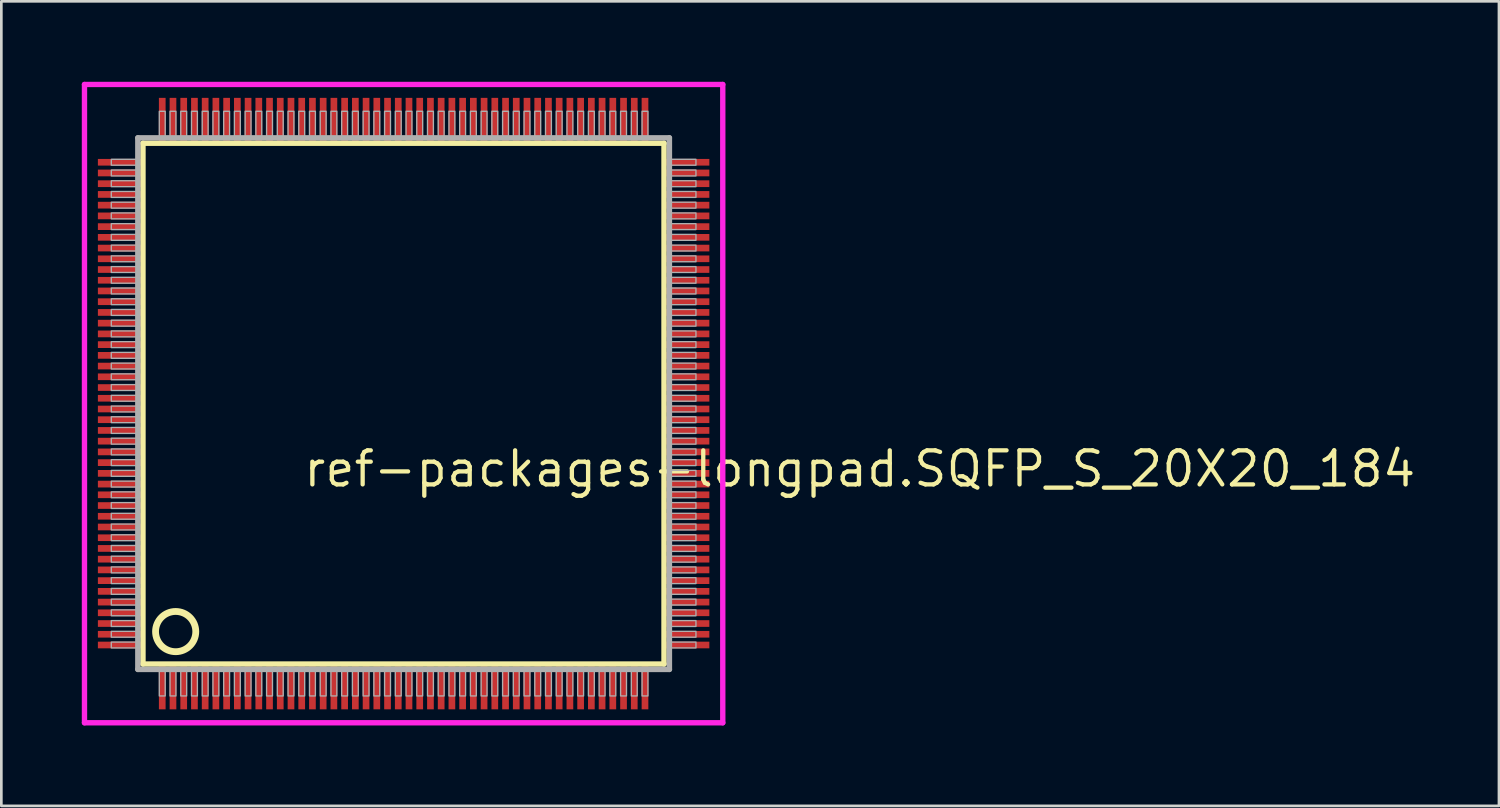
<source format=kicad_pcb>
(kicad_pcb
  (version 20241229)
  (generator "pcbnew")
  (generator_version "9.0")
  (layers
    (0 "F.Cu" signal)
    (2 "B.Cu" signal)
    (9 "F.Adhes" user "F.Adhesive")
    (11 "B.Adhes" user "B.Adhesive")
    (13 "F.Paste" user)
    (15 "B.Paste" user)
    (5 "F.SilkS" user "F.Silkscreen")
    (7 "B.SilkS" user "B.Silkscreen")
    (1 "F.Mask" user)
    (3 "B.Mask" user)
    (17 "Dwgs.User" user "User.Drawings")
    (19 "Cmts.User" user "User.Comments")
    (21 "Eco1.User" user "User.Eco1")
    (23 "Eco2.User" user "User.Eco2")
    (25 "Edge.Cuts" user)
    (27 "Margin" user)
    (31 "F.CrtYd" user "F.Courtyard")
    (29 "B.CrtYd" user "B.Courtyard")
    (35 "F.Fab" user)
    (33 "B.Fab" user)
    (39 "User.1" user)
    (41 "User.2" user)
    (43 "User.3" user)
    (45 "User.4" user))
  (footprint "ref-packages-longpad.SQFP_S_20X20_184"
    (layer "F.Cu")
    (at 12 12)
    (property "Reference" "ref-packages-longpad.SQFP_S_20X20_184" (at -3.81 3.175 0) (layer "F.SilkS") (effects (font (size 1.27 1.27) (thickness 0.16)) (justify left bottom)))
    (attr smd)
    (fp_line (start -9.72 -9.71) (end 9.71 -9.71) (stroke (width 0.203) (type default)) (layer "F.SilkS"))
    (fp_line (start -9.72 9.71) (end -9.72 -9.71) (stroke (width 0.203) (type default)) (layer "F.SilkS"))
    (fp_line (start 9.71 -9.71) (end 9.71 9.71) (stroke (width 0.203) (type default)) (layer "F.SilkS"))
    (fp_line (start 9.71 9.71) (end -9.72 9.71) (stroke (width 0.203) (type default)) (layer "F.SilkS"))
    (fp_circle (center -8.5 8.5) (end -7.75 8.5) (stroke (width 0.254) (type default)) (fill no) (layer "F.SilkS"))
    (fp_line (start -11.9 -11.9) (end 11.9 -11.9) (stroke (width 0.2) (type default)) (layer "F.CrtYd"))
    (fp_line (start -11.9 11.9) (end -11.9 -11.9) (stroke (width 0.2) (type default)) (layer "F.CrtYd"))
    (fp_line (start 11.9 -11.9) (end 11.9 11.9) (stroke (width 0.2) (type default)) (layer "F.CrtYd"))
    (fp_line (start 11.9 11.9) (end -11.9 11.9) (stroke (width 0.2) (type default)) (layer "F.CrtYd"))
    (fp_line (start -9.91 -9.91) (end -9.91 9.91) (stroke (width 0.203) (type default)) (layer "F.Fab"))
    (fp_line (start -9.91 9.91) (end 9.91 9.91) (stroke (width 0.203) (type default)) (layer "F.Fab"))
    (fp_line (start 9.91 -9.91) (end -9.91 -9.91) (stroke (width 0.203) (type default)) (layer "F.Fab"))
    (fp_line (start 9.91 9.91) (end 9.91 -9.91) (stroke (width 0.203) (type default)) (layer "F.Fab"))
    (fp_rect (start -10.9 -8.89) (end -9.95 -9.11) (stroke (width 0.05) (type default)) (fill no) (layer "F.Fab"))
    (fp_rect (start -10.9 -8.49) (end -9.95 -8.71) (stroke (width 0.05) (type default)) (fill no) (layer "F.Fab"))
    (fp_rect (start -10.9 -8.09) (end -9.95 -8.31) (stroke (width 0.05) (type default)) (fill no) (layer "F.Fab"))
    (fp_rect (start -10.9 -7.69) (end -9.95 -7.91) (stroke (width 0.05) (type default)) (fill no) (layer "F.Fab"))
    (fp_rect (start -10.9 -7.29) (end -9.95 -7.51) (stroke (width 0.05) (type default)) (fill no) (layer "F.Fab"))
    (fp_rect (start -10.9 -6.89) (end -9.95 -7.11) (stroke (width 0.05) (type default)) (fill no) (layer "F.Fab"))
    (fp_rect (start -10.9 -6.49) (end -9.95 -6.71) (stroke (width 0.05) (type default)) (fill no) (layer "F.Fab"))
    (fp_rect (start -10.9 -6.09) (end -9.95 -6.31) (stroke (width 0.05) (type default)) (fill no) (layer "F.Fab"))
    (fp_rect (start -10.9 -5.69) (end -9.95 -5.91) (stroke (width 0.05) (type default)) (fill no) (layer "F.Fab"))
    (fp_rect (start -10.9 -5.29) (end -9.95 -5.51) (stroke (width 0.05) (type default)) (fill no) (layer "F.Fab"))
    (fp_rect (start -10.9 -4.89) (end -9.95 -5.11) (stroke (width 0.05) (type default)) (fill no) (layer "F.Fab"))
    (fp_rect (start -10.9 -4.49) (end -9.95 -4.71) (stroke (width 0.05) (type default)) (fill no) (layer "F.Fab"))
    (fp_rect (start -10.9 -4.09) (end -9.95 -4.31) (stroke (width 0.05) (type default)) (fill no) (layer "F.Fab"))
    (fp_rect (start -10.9 -3.69) (end -9.95 -3.91) (stroke (width 0.05) (type default)) (fill no) (layer "F.Fab"))
    (fp_rect (start -10.9 -3.29) (end -9.95 -3.51) (stroke (width 0.05) (type default)) (fill no) (layer "F.Fab"))
    (fp_rect (start -10.9 -2.89) (end -9.95 -3.11) (stroke (width 0.05) (type default)) (fill no) (layer "F.Fab"))
    (fp_rect (start -10.9 -2.49) (end -9.95 -2.71) (stroke (width 0.05) (type default)) (fill no) (layer "F.Fab"))
    (fp_rect (start -10.9 -2.09) (end -9.95 -2.31) (stroke (width 0.05) (type default)) (fill no) (layer "F.Fab"))
    (fp_rect (start -10.9 -1.69) (end -9.95 -1.91) (stroke (width 0.05) (type default)) (fill no) (layer "F.Fab"))
    (fp_rect (start -10.9 -1.29) (end -9.95 -1.51) (stroke (width 0.05) (type default)) (fill no) (layer "F.Fab"))
    (fp_rect (start -10.9 -0.89) (end -9.95 -1.11) (stroke (width 0.05) (type default)) (fill no) (layer "F.Fab"))
    (fp_rect (start -10.9 -0.49) (end -9.95 -0.71) (stroke (width 0.05) (type default)) (fill no) (layer "F.Fab"))
    (fp_rect (start -10.9 -0.09) (end -9.95 -0.31) (stroke (width 0.05) (type default)) (fill no) (layer "F.Fab"))
    (fp_rect (start -10.9 0.31) (end -9.95 0.09) (stroke (width 0.05) (type default)) (fill no) (layer "F.Fab"))
    (fp_rect (start -10.9 0.71) (end -9.95 0.49) (stroke (width 0.05) (type default)) (fill no) (layer "F.Fab"))
    (fp_rect (start -10.9 1.11) (end -9.95 0.89) (stroke (width 0.05) (type default)) (fill no) (layer "F.Fab"))
    (fp_rect (start -10.9 1.51) (end -9.95 1.29) (stroke (width 0.05) (type default)) (fill no) (layer "F.Fab"))
    (fp_rect (start -10.9 1.91) (end -9.95 1.69) (stroke (width 0.05) (type default)) (fill no) (layer "F.Fab"))
    (fp_rect (start -10.9 2.31) (end -9.95 2.09) (stroke (width 0.05) (type default)) (fill no) (layer "F.Fab"))
    (fp_rect (start -10.9 2.71) (end -9.95 2.49) (stroke (width 0.05) (type default)) (fill no) (layer "F.Fab"))
    (fp_rect (start -10.9 3.11) (end -9.95 2.89) (stroke (width 0.05) (type default)) (fill no) (layer "F.Fab"))
    (fp_rect (start -10.9 3.51) (end -9.95 3.29) (stroke (width 0.05) (type default)) (fill no) (layer "F.Fab"))
    (fp_rect (start -10.9 3.91) (end -9.95 3.69) (stroke (width 0.05) (type default)) (fill no) (layer "F.Fab"))
    (fp_rect (start -10.9 4.31) (end -9.95 4.09) (stroke (width 0.05) (type default)) (fill no) (layer "F.Fab"))
    (fp_rect (start -10.9 4.71) (end -9.95 4.49) (stroke (width 0.05) (type default)) (fill no) (layer "F.Fab"))
    (fp_rect (start -10.9 5.11) (end -9.95 4.89) (stroke (width 0.05) (type default)) (fill no) (layer "F.Fab"))
    (fp_rect (start -10.9 5.51) (end -9.95 5.29) (stroke (width 0.05) (type default)) (fill no) (layer "F.Fab"))
    (fp_rect (start -10.9 5.91) (end -9.95 5.69) (stroke (width 0.05) (type default)) (fill no) (layer "F.Fab"))
    (fp_rect (start -10.9 6.31) (end -9.95 6.09) (stroke (width 0.05) (type default)) (fill no) (layer "F.Fab"))
    (fp_rect (start -10.9 6.71) (end -9.95 6.49) (stroke (width 0.05) (type default)) (fill no) (layer "F.Fab"))
    (fp_rect (start -10.9 7.11) (end -9.95 6.89) (stroke (width 0.05) (type default)) (fill no) (layer "F.Fab"))
    (fp_rect (start -10.9 7.51) (end -9.95 7.29) (stroke (width 0.05) (type default)) (fill no) (layer "F.Fab"))
    (fp_rect (start -10.9 7.91) (end -9.95 7.69) (stroke (width 0.05) (type default)) (fill no) (layer "F.Fab"))
    (fp_rect (start -10.9 8.31) (end -9.95 8.09) (stroke (width 0.05) (type default)) (fill no) (layer "F.Fab"))
    (fp_rect (start -10.9 8.71) (end -9.95 8.49) (stroke (width 0.05) (type default)) (fill no) (layer "F.Fab"))
    (fp_rect (start -10.9 9.11) (end -9.95 8.89) (stroke (width 0.05) (type default)) (fill no) (layer "F.Fab"))
    (fp_rect (start -9.11 -9.95) (end -8.89 -10.9) (stroke (width 0.05) (type default)) (fill no) (layer "F.Fab"))
    (fp_rect (start -9.11 10.9) (end -8.89 9.95) (stroke (width 0.05) (type default)) (fill no) (layer "F.Fab"))
    (fp_rect (start -8.71 -9.95) (end -8.49 -10.9) (stroke (width 0.05) (type default)) (fill no) (layer "F.Fab"))
    (fp_rect (start -8.71 10.9) (end -8.49 9.95) (stroke (width 0.05) (type default)) (fill no) (layer "F.Fab"))
    (fp_rect (start -8.31 -9.95) (end -8.09 -10.9) (stroke (width 0.05) (type default)) (fill no) (layer "F.Fab"))
    (fp_rect (start -8.31 10.9) (end -8.09 9.95) (stroke (width 0.05) (type default)) (fill no) (layer "F.Fab"))
    (fp_rect (start -7.91 -9.95) (end -7.69 -10.9) (stroke (width 0.05) (type default)) (fill no) (layer "F.Fab"))
    (fp_rect (start -7.91 10.9) (end -7.69 9.95) (stroke (width 0.05) (type default)) (fill no) (layer "F.Fab"))
    (fp_rect (start -7.51 -9.95) (end -7.29 -10.9) (stroke (width 0.05) (type default)) (fill no) (layer "F.Fab"))
    (fp_rect (start -7.51 10.9) (end -7.29 9.95) (stroke (width 0.05) (type default)) (fill no) (layer "F.Fab"))
    (fp_rect (start -7.11 -9.95) (end -6.89 -10.9) (stroke (width 0.05) (type default)) (fill no) (layer "F.Fab"))
    (fp_rect (start -7.11 10.9) (end -6.89 9.95) (stroke (width 0.05) (type default)) (fill no) (layer "F.Fab"))
    (fp_rect (start -6.71 -9.95) (end -6.49 -10.9) (stroke (width 0.05) (type default)) (fill no) (layer "F.Fab"))
    (fp_rect (start -6.71 10.9) (end -6.49 9.95) (stroke (width 0.05) (type default)) (fill no) (layer "F.Fab"))
    (fp_rect (start -6.31 -9.95) (end -6.09 -10.9) (stroke (width 0.05) (type default)) (fill no) (layer "F.Fab"))
    (fp_rect (start -6.31 10.9) (end -6.09 9.95) (stroke (width 0.05) (type default)) (fill no) (layer "F.Fab"))
    (fp_rect (start -5.91 -9.95) (end -5.69 -10.9) (stroke (width 0.05) (type default)) (fill no) (layer "F.Fab"))
    (fp_rect (start -5.91 10.9) (end -5.69 9.95) (stroke (width 0.05) (type default)) (fill no) (layer "F.Fab"))
    (fp_rect (start -5.51 -9.95) (end -5.29 -10.9) (stroke (width 0.05) (type default)) (fill no) (layer "F.Fab"))
    (fp_rect (start -5.51 10.9) (end -5.29 9.95) (stroke (width 0.05) (type default)) (fill no) (layer "F.Fab"))
    (fp_rect (start -5.11 -9.95) (end -4.89 -10.9) (stroke (width 0.05) (type default)) (fill no) (layer "F.Fab"))
    (fp_rect (start -5.11 10.9) (end -4.89 9.95) (stroke (width 0.05) (type default)) (fill no) (layer "F.Fab"))
    (fp_rect (start -4.71 -9.95) (end -4.49 -10.9) (stroke (width 0.05) (type default)) (fill no) (layer "F.Fab"))
    (fp_rect (start -4.71 10.9) (end -4.49 9.95) (stroke (width 0.05) (type default)) (fill no) (layer "F.Fab"))
    (fp_rect (start -4.31 -9.95) (end -4.09 -10.9) (stroke (width 0.05) (type default)) (fill no) (layer "F.Fab"))
    (fp_rect (start -4.31 10.9) (end -4.09 9.95) (stroke (width 0.05) (type default)) (fill no) (layer "F.Fab"))
    (fp_rect (start -3.91 -9.95) (end -3.69 -10.9) (stroke (width 0.05) (type default)) (fill no) (layer "F.Fab"))
    (fp_rect (start -3.91 10.9) (end -3.69 9.95) (stroke (width 0.05) (type default)) (fill no) (layer "F.Fab"))
    (fp_rect (start -3.51 -9.95) (end -3.29 -10.9) (stroke (width 0.05) (type default)) (fill no) (layer "F.Fab"))
    (fp_rect (start -3.51 10.9) (end -3.29 9.95) (stroke (width 0.05) (type default)) (fill no) (layer "F.Fab"))
    (fp_rect (start -3.11 -9.95) (end -2.89 -10.9) (stroke (width 0.05) (type default)) (fill no) (layer "F.Fab"))
    (fp_rect (start -3.11 10.9) (end -2.89 9.95) (stroke (width 0.05) (type default)) (fill no) (layer "F.Fab"))
    (fp_rect (start -2.71 -9.95) (end -2.49 -10.9) (stroke (width 0.05) (type default)) (fill no) (layer "F.Fab"))
    (fp_rect (start -2.71 10.9) (end -2.49 9.95) (stroke (width 0.05) (type default)) (fill no) (layer "F.Fab"))
    (fp_rect (start -2.31 -9.95) (end -2.09 -10.9) (stroke (width 0.05) (type default)) (fill no) (layer "F.Fab"))
    (fp_rect (start -2.31 10.9) (end -2.09 9.95) (stroke (width 0.05) (type default)) (fill no) (layer "F.Fab"))
    (fp_rect (start -1.91 -9.95) (end -1.69 -10.9) (stroke (width 0.05) (type default)) (fill no) (layer "F.Fab"))
    (fp_rect (start -1.91 10.9) (end -1.69 9.95) (stroke (width 0.05) (type default)) (fill no) (layer "F.Fab"))
    (fp_rect (start -1.51 -9.95) (end -1.29 -10.9) (stroke (width 0.05) (type default)) (fill no) (layer "F.Fab"))
    (fp_rect (start -1.51 10.9) (end -1.29 9.95) (stroke (width 0.05) (type default)) (fill no) (layer "F.Fab"))
    (fp_rect (start -1.11 -9.95) (end -0.89 -10.9) (stroke (width 0.05) (type default)) (fill no) (layer "F.Fab"))
    (fp_rect (start -1.11 10.9) (end -0.89 9.95) (stroke (width 0.05) (type default)) (fill no) (layer "F.Fab"))
    (fp_rect (start -0.71 -9.95) (end -0.49 -10.9) (stroke (width 0.05) (type default)) (fill no) (layer "F.Fab"))
    (fp_rect (start -0.71 10.9) (end -0.49 9.95) (stroke (width 0.05) (type default)) (fill no) (layer "F.Fab"))
    (fp_rect (start -0.31 -9.95) (end -0.09 -10.9) (stroke (width 0.05) (type default)) (fill no) (layer "F.Fab"))
    (fp_rect (start -0.31 10.9) (end -0.09 9.95) (stroke (width 0.05) (type default)) (fill no) (layer "F.Fab"))
    (fp_rect (start 0.09 -9.95) (end 0.31 -10.9) (stroke (width 0.05) (type default)) (fill no) (layer "F.Fab"))
    (fp_rect (start 0.09 10.9) (end 0.31 9.95) (stroke (width 0.05) (type default)) (fill no) (layer "F.Fab"))
    (fp_rect (start 0.49 -9.95) (end 0.71 -10.9) (stroke (width 0.05) (type default)) (fill no) (layer "F.Fab"))
    (fp_rect (start 0.49 10.9) (end 0.71 9.95) (stroke (width 0.05) (type default)) (fill no) (layer "F.Fab"))
    (fp_rect (start 0.89 -9.95) (end 1.11 -10.9) (stroke (width 0.05) (type default)) (fill no) (layer "F.Fab"))
    (fp_rect (start 0.89 10.9) (end 1.11 9.95) (stroke (width 0.05) (type default)) (fill no) (layer "F.Fab"))
    (fp_rect (start 1.29 -9.95) (end 1.51 -10.9) (stroke (width 0.05) (type default)) (fill no) (layer "F.Fab"))
    (fp_rect (start 1.29 10.9) (end 1.51 9.95) (stroke (width 0.05) (type default)) (fill no) (layer "F.Fab"))
    (fp_rect (start 1.69 -9.95) (end 1.91 -10.9) (stroke (width 0.05) (type default)) (fill no) (layer "F.Fab"))
    (fp_rect (start 1.69 10.9) (end 1.91 9.95) (stroke (width 0.05) (type default)) (fill no) (layer "F.Fab"))
    (fp_rect (start 2.09 -9.95) (end 2.31 -10.9) (stroke (width 0.05) (type default)) (fill no) (layer "F.Fab"))
    (fp_rect (start 2.09 10.9) (end 2.31 9.95) (stroke (width 0.05) (type default)) (fill no) (layer "F.Fab"))
    (fp_rect (start 2.49 -9.95) (end 2.71 -10.9) (stroke (width 0.05) (type default)) (fill no) (layer "F.Fab"))
    (fp_rect (start 2.49 10.9) (end 2.71 9.95) (stroke (width 0.05) (type default)) (fill no) (layer "F.Fab"))
    (fp_rect (start 2.89 -9.95) (end 3.11 -10.9) (stroke (width 0.05) (type default)) (fill no) (layer "F.Fab"))
    (fp_rect (start 2.89 10.9) (end 3.11 9.95) (stroke (width 0.05) (type default)) (fill no) (layer "F.Fab"))
    (fp_rect (start 3.29 -9.95) (end 3.51 -10.9) (stroke (width 0.05) (type default)) (fill no) (layer "F.Fab"))
    (fp_rect (start 3.29 10.9) (end 3.51 9.95) (stroke (width 0.05) (type default)) (fill no) (layer "F.Fab"))
    (fp_rect (start 3.69 -9.95) (end 3.91 -10.9) (stroke (width 0.05) (type default)) (fill no) (layer "F.Fab"))
    (fp_rect (start 3.69 10.9) (end 3.91 9.95) (stroke (width 0.05) (type default)) (fill no) (layer "F.Fab"))
    (fp_rect (start 4.09 -9.95) (end 4.31 -10.9) (stroke (width 0.05) (type default)) (fill no) (layer "F.Fab"))
    (fp_rect (start 4.09 10.9) (end 4.31 9.95) (stroke (width 0.05) (type default)) (fill no) (layer "F.Fab"))
    (fp_rect (start 4.49 -9.95) (end 4.71 -10.9) (stroke (width 0.05) (type default)) (fill no) (layer "F.Fab"))
    (fp_rect (start 4.49 10.9) (end 4.71 9.95) (stroke (width 0.05) (type default)) (fill no) (layer "F.Fab"))
    (fp_rect (start 4.89 -9.95) (end 5.11 -10.9) (stroke (width 0.05) (type default)) (fill no) (layer "F.Fab"))
    (fp_rect (start 4.89 10.9) (end 5.11 9.95) (stroke (width 0.05) (type default)) (fill no) (layer "F.Fab"))
    (fp_rect (start 5.29 -9.95) (end 5.51 -10.9) (stroke (width 0.05) (type default)) (fill no) (layer "F.Fab"))
    (fp_rect (start 5.29 10.9) (end 5.51 9.95) (stroke (width 0.05) (type default)) (fill no) (layer "F.Fab"))
    (fp_rect (start 5.69 -9.95) (end 5.91 -10.9) (stroke (width 0.05) (type default)) (fill no) (layer "F.Fab"))
    (fp_rect (start 5.69 10.9) (end 5.91 9.95) (stroke (width 0.05) (type default)) (fill no) (layer "F.Fab"))
    (fp_rect (start 6.09 -9.95) (end 6.31 -10.9) (stroke (width 0.05) (type default)) (fill no) (layer "F.Fab"))
    (fp_rect (start 6.09 10.9) (end 6.31 9.95) (stroke (width 0.05) (type default)) (fill no) (layer "F.Fab"))
    (fp_rect (start 6.49 -9.95) (end 6.71 -10.9) (stroke (width 0.05) (type default)) (fill no) (layer "F.Fab"))
    (fp_rect (start 6.49 10.9) (end 6.71 9.95) (stroke (width 0.05) (type default)) (fill no) (layer "F.Fab"))
    (fp_rect (start 6.89 -9.95) (end 7.11 -10.9) (stroke (width 0.05) (type default)) (fill no) (layer "F.Fab"))
    (fp_rect (start 6.89 10.9) (end 7.11 9.95) (stroke (width 0.05) (type default)) (fill no) (layer "F.Fab"))
    (fp_rect (start 7.29 -9.95) (end 7.51 -10.9) (stroke (width 0.05) (type default)) (fill no) (layer "F.Fab"))
    (fp_rect (start 7.29 10.9) (end 7.51 9.95) (stroke (width 0.05) (type default)) (fill no) (layer "F.Fab"))
    (fp_rect (start 7.69 -9.95) (end 7.91 -10.9) (stroke (width 0.05) (type default)) (fill no) (layer "F.Fab"))
    (fp_rect (start 7.69 10.9) (end 7.91 9.95) (stroke (width 0.05) (type default)) (fill no) (layer "F.Fab"))
    (fp_rect (start 8.09 -9.95) (end 8.31 -10.9) (stroke (width 0.05) (type default)) (fill no) (layer "F.Fab"))
    (fp_rect (start 8.09 10.9) (end 8.31 9.95) (stroke (width 0.05) (type default)) (fill no) (layer "F.Fab"))
    (fp_rect (start 8.49 -9.95) (end 8.71 -10.9) (stroke (width 0.05) (type default)) (fill no) (layer "F.Fab"))
    (fp_rect (start 8.49 10.9) (end 8.71 9.95) (stroke (width 0.05) (type default)) (fill no) (layer "F.Fab"))
    (fp_rect (start 8.89 -9.95) (end 9.11 -10.9) (stroke (width 0.05) (type default)) (fill no) (layer "F.Fab"))
    (fp_rect (start 8.89 10.9) (end 9.11 9.95) (stroke (width 0.05) (type default)) (fill no) (layer "F.Fab"))
    (fp_rect (start 9.95 -8.89) (end 10.9 -9.11) (stroke (width 0.05) (type default)) (fill no) (layer "F.Fab"))
    (fp_rect (start 9.95 -8.49) (end 10.9 -8.71) (stroke (width 0.05) (type default)) (fill no) (layer "F.Fab"))
    (fp_rect (start 9.95 -8.09) (end 10.9 -8.31) (stroke (width 0.05) (type default)) (fill no) (layer "F.Fab"))
    (fp_rect (start 9.95 -7.69) (end 10.9 -7.91) (stroke (width 0.05) (type default)) (fill no) (layer "F.Fab"))
    (fp_rect (start 9.95 -7.29) (end 10.9 -7.51) (stroke (width 0.05) (type default)) (fill no) (layer "F.Fab"))
    (fp_rect (start 9.95 -6.89) (end 10.9 -7.11) (stroke (width 0.05) (type default)) (fill no) (layer "F.Fab"))
    (fp_rect (start 9.95 -6.49) (end 10.9 -6.71) (stroke (width 0.05) (type default)) (fill no) (layer "F.Fab"))
    (fp_rect (start 9.95 -6.09) (end 10.9 -6.31) (stroke (width 0.05) (type default)) (fill no) (layer "F.Fab"))
    (fp_rect (start 9.95 -5.69) (end 10.9 -5.91) (stroke (width 0.05) (type default)) (fill no) (layer "F.Fab"))
    (fp_rect (start 9.95 -5.29) (end 10.9 -5.51) (stroke (width 0.05) (type default)) (fill no) (layer "F.Fab"))
    (fp_rect (start 9.95 -4.89) (end 10.9 -5.11) (stroke (width 0.05) (type default)) (fill no) (layer "F.Fab"))
    (fp_rect (start 9.95 -4.49) (end 10.9 -4.71) (stroke (width 0.05) (type default)) (fill no) (layer "F.Fab"))
    (fp_rect (start 9.95 -4.09) (end 10.9 -4.31) (stroke (width 0.05) (type default)) (fill no) (layer "F.Fab"))
    (fp_rect (start 9.95 -3.69) (end 10.9 -3.91) (stroke (width 0.05) (type default)) (fill no) (layer "F.Fab"))
    (fp_rect (start 9.95 -3.29) (end 10.9 -3.51) (stroke (width 0.05) (type default)) (fill no) (layer "F.Fab"))
    (fp_rect (start 9.95 -2.89) (end 10.9 -3.11) (stroke (width 0.05) (type default)) (fill no) (layer "F.Fab"))
    (fp_rect (start 9.95 -2.49) (end 10.9 -2.71) (stroke (width 0.05) (type default)) (fill no) (layer "F.Fab"))
    (fp_rect (start 9.95 -2.09) (end 10.9 -2.31) (stroke (width 0.05) (type default)) (fill no) (layer "F.Fab"))
    (fp_rect (start 9.95 -1.69) (end 10.9 -1.91) (stroke (width 0.05) (type default)) (fill no) (layer "F.Fab"))
    (fp_rect (start 9.95 -1.29) (end 10.9 -1.51) (stroke (width 0.05) (type default)) (fill no) (layer "F.Fab"))
    (fp_rect (start 9.95 -0.89) (end 10.9 -1.11) (stroke (width 0.05) (type default)) (fill no) (layer "F.Fab"))
    (fp_rect (start 9.95 -0.49) (end 10.9 -0.71) (stroke (width 0.05) (type default)) (fill no) (layer "F.Fab"))
    (fp_rect (start 9.95 -0.09) (end 10.9 -0.31) (stroke (width 0.05) (type default)) (fill no) (layer "F.Fab"))
    (fp_rect (start 9.95 0.31) (end 10.9 0.09) (stroke (width 0.05) (type default)) (fill no) (layer "F.Fab"))
    (fp_rect (start 9.95 0.71) (end 10.9 0.49) (stroke (width 0.05) (type default)) (fill no) (layer "F.Fab"))
    (fp_rect (start 9.95 1.11) (end 10.9 0.89) (stroke (width 0.05) (type default)) (fill no) (layer "F.Fab"))
    (fp_rect (start 9.95 1.51) (end 10.9 1.29) (stroke (width 0.05) (type default)) (fill no) (layer "F.Fab"))
    (fp_rect (start 9.95 1.91) (end 10.9 1.69) (stroke (width 0.05) (type default)) (fill no) (layer "F.Fab"))
    (fp_rect (start 9.95 2.31) (end 10.9 2.09) (stroke (width 0.05) (type default)) (fill no) (layer "F.Fab"))
    (fp_rect (start 9.95 2.71) (end 10.9 2.49) (stroke (width 0.05) (type default)) (fill no) (layer "F.Fab"))
    (fp_rect (start 9.95 3.11) (end 10.9 2.89) (stroke (width 0.05) (type default)) (fill no) (layer "F.Fab"))
    (fp_rect (start 9.95 3.51) (end 10.9 3.29) (stroke (width 0.05) (type default)) (fill no) (layer "F.Fab"))
    (fp_rect (start 9.95 3.91) (end 10.9 3.69) (stroke (width 0.05) (type default)) (fill no) (layer "F.Fab"))
    (fp_rect (start 9.95 4.31) (end 10.9 4.09) (stroke (width 0.05) (type default)) (fill no) (layer "F.Fab"))
    (fp_rect (start 9.95 4.71) (end 10.9 4.49) (stroke (width 0.05) (type default)) (fill no) (layer "F.Fab"))
    (fp_rect (start 9.95 5.11) (end 10.9 4.89) (stroke (width 0.05) (type default)) (fill no) (layer "F.Fab"))
    (fp_rect (start 9.95 5.51) (end 10.9 5.29) (stroke (width 0.05) (type default)) (fill no) (layer "F.Fab"))
    (fp_rect (start 9.95 5.91) (end 10.9 5.69) (stroke (width 0.05) (type default)) (fill no) (layer "F.Fab"))
    (fp_rect (start 9.95 6.31) (end 10.9 6.09) (stroke (width 0.05) (type default)) (fill no) (layer "F.Fab"))
    (fp_rect (start 9.95 6.71) (end 10.9 6.49) (stroke (width 0.05) (type default)) (fill no) (layer "F.Fab"))
    (fp_rect (start 9.95 7.11) (end 10.9 6.89) (stroke (width 0.05) (type default)) (fill no) (layer "F.Fab"))
    (fp_rect (start 9.95 7.51) (end 10.9 7.29) (stroke (width 0.05) (type default)) (fill no) (layer "F.Fab"))
    (fp_rect (start 9.95 7.91) (end 10.9 7.69) (stroke (width 0.05) (type default)) (fill no) (layer "F.Fab"))
    (fp_rect (start 9.95 8.31) (end 10.9 8.09) (stroke (width 0.05) (type default)) (fill no) (layer "F.Fab"))
    (fp_rect (start 9.95 8.71) (end 10.9 8.49) (stroke (width 0.05) (type default)) (fill no) (layer "F.Fab"))
    (fp_rect (start 9.95 9.11) (end 10.9 8.89) (stroke (width 0.05) (type default)) (fill no) (layer "F.Fab"))
    (pad "1" smd roundrect (at -9 10.6) (size 0.25 1.6) (layers "F.Cu" "F.Mask" "F.Paste") (roundrect_rratio 0.01))
    (pad "2" smd roundrect (at -8.6 10.6) (size 0.25 1.6) (layers "F.Cu" "F.Mask" "F.Paste") (roundrect_rratio 0.01))
    (pad "3" smd roundrect (at -8.2 10.6) (size 0.25 1.6) (layers "F.Cu" "F.Mask" "F.Paste") (roundrect_rratio 0.01))
    (pad "4" smd roundrect (at -7.8 10.6) (size 0.25 1.6) (layers "F.Cu" "F.Mask" "F.Paste") (roundrect_rratio 0.01))
    (pad "5" smd roundrect (at -7.4 10.6) (size 0.25 1.6) (layers "F.Cu" "F.Mask" "F.Paste") (roundrect_rratio 0.01))
    (pad "6" smd roundrect (at -7 10.6) (size 0.25 1.6) (layers "F.Cu" "F.Mask" "F.Paste") (roundrect_rratio 0.01))
    (pad "7" smd roundrect (at -6.6 10.6) (size 0.25 1.6) (layers "F.Cu" "F.Mask" "F.Paste") (roundrect_rratio 0.01))
    (pad "8" smd roundrect (at -6.2 10.6) (size 0.25 1.6) (layers "F.Cu" "F.Mask" "F.Paste") (roundrect_rratio 0.01))
    (pad "9" smd roundrect (at -5.8 10.6) (size 0.25 1.6) (layers "F.Cu" "F.Mask" "F.Paste") (roundrect_rratio 0.01))
    (pad "10" smd roundrect (at -5.4 10.6) (size 0.25 1.6) (layers "F.Cu" "F.Mask" "F.Paste") (roundrect_rratio 0.01))
    (pad "11" smd roundrect (at -5 10.6) (size 0.25 1.6) (layers "F.Cu" "F.Mask" "F.Paste") (roundrect_rratio 0.01))
    (pad "12" smd roundrect (at -4.6 10.6) (size 0.25 1.6) (layers "F.Cu" "F.Mask" "F.Paste") (roundrect_rratio 0.01))
    (pad "13" smd roundrect (at -4.2 10.6) (size 0.25 1.6) (layers "F.Cu" "F.Mask" "F.Paste") (roundrect_rratio 0.01))
    (pad "14" smd roundrect (at -3.8 10.6) (size 0.25 1.6) (layers "F.Cu" "F.Mask" "F.Paste") (roundrect_rratio 0.01))
    (pad "15" smd roundrect (at -3.4 10.6) (size 0.25 1.6) (layers "F.Cu" "F.Mask" "F.Paste") (roundrect_rratio 0.01))
    (pad "16" smd roundrect (at -3 10.6) (size 0.25 1.6) (layers "F.Cu" "F.Mask" "F.Paste") (roundrect_rratio 0.01))
    (pad "17" smd roundrect (at -2.6 10.6) (size 0.25 1.6) (layers "F.Cu" "F.Mask" "F.Paste") (roundrect_rratio 0.01))
    (pad "18" smd roundrect (at -2.2 10.6) (size 0.25 1.6) (layers "F.Cu" "F.Mask" "F.Paste") (roundrect_rratio 0.01))
    (pad "19" smd roundrect (at -1.8 10.6) (size 0.25 1.6) (layers "F.Cu" "F.Mask" "F.Paste") (roundrect_rratio 0.01))
    (pad "20" smd roundrect (at -1.4 10.6) (size 0.25 1.6) (layers "F.Cu" "F.Mask" "F.Paste") (roundrect_rratio 0.01))
    (pad "21" smd roundrect (at -1 10.6) (size 0.25 1.6) (layers "F.Cu" "F.Mask" "F.Paste") (roundrect_rratio 0.01))
    (pad "22" smd roundrect (at -0.6 10.6) (size 0.25 1.6) (layers "F.Cu" "F.Mask" "F.Paste") (roundrect_rratio 0.01))
    (pad "23" smd roundrect (at -0.2 10.6) (size 0.25 1.6) (layers "F.Cu" "F.Mask" "F.Paste") (roundrect_rratio 0.01))
    (pad "24" smd roundrect (at 0.2 10.6) (size 0.25 1.6) (layers "F.Cu" "F.Mask" "F.Paste") (roundrect_rratio 0.01))
    (pad "25" smd roundrect (at 0.6 10.6) (size 0.25 1.6) (layers "F.Cu" "F.Mask" "F.Paste") (roundrect_rratio 0.01))
    (pad "26" smd roundrect (at 1 10.6) (size 0.25 1.6) (layers "F.Cu" "F.Mask" "F.Paste") (roundrect_rratio 0.01))
    (pad "27" smd roundrect (at 1.4 10.6) (size 0.25 1.6) (layers "F.Cu" "F.Mask" "F.Paste") (roundrect_rratio 0.01))
    (pad "28" smd roundrect (at 1.8 10.6) (size 0.25 1.6) (layers "F.Cu" "F.Mask" "F.Paste") (roundrect_rratio 0.01))
    (pad "29" smd roundrect (at 2.2 10.6) (size 0.25 1.6) (layers "F.Cu" "F.Mask" "F.Paste") (roundrect_rratio 0.01))
    (pad "30" smd roundrect (at 2.6 10.6) (size 0.25 1.6) (layers "F.Cu" "F.Mask" "F.Paste") (roundrect_rratio 0.01))
    (pad "31" smd roundrect (at 3 10.6) (size 0.25 1.6) (layers "F.Cu" "F.Mask" "F.Paste") (roundrect_rratio 0.01))
    (pad "32" smd roundrect (at 3.4 10.6) (size 0.25 1.6) (layers "F.Cu" "F.Mask" "F.Paste") (roundrect_rratio 0.01))
    (pad "33" smd roundrect (at 3.8 10.6) (size 0.25 1.6) (layers "F.Cu" "F.Mask" "F.Paste") (roundrect_rratio 0.01))
    (pad "34" smd roundrect (at 4.2 10.6) (size 0.25 1.6) (layers "F.Cu" "F.Mask" "F.Paste") (roundrect_rratio 0.01))
    (pad "35" smd roundrect (at 4.6 10.6) (size 0.25 1.6) (layers "F.Cu" "F.Mask" "F.Paste") (roundrect_rratio 0.01))
    (pad "36" smd roundrect (at 5 10.6) (size 0.25 1.6) (layers "F.Cu" "F.Mask" "F.Paste") (roundrect_rratio 0.01))
    (pad "37" smd roundrect (at 5.4 10.6) (size 0.25 1.6) (layers "F.Cu" "F.Mask" "F.Paste") (roundrect_rratio 0.01))
    (pad "38" smd roundrect (at 5.8 10.6) (size 0.25 1.6) (layers "F.Cu" "F.Mask" "F.Paste") (roundrect_rratio 0.01))
    (pad "39" smd roundrect (at 6.2 10.6) (size 0.25 1.6) (layers "F.Cu" "F.Mask" "F.Paste") (roundrect_rratio 0.01))
    (pad "40" smd roundrect (at 6.6 10.6) (size 0.25 1.6) (layers "F.Cu" "F.Mask" "F.Paste") (roundrect_rratio 0.01))
    (pad "41" smd roundrect (at 7 10.6) (size 0.25 1.6) (layers "F.Cu" "F.Mask" "F.Paste") (roundrect_rratio 0.01))
    (pad "42" smd roundrect (at 7.4 10.6) (size 0.25 1.6) (layers "F.Cu" "F.Mask" "F.Paste") (roundrect_rratio 0.01))
    (pad "43" smd roundrect (at 7.8 10.6) (size 0.25 1.6) (layers "F.Cu" "F.Mask" "F.Paste") (roundrect_rratio 0.01))
    (pad "44" smd roundrect (at 8.2 10.6) (size 0.25 1.6) (layers "F.Cu" "F.Mask" "F.Paste") (roundrect_rratio 0.01))
    (pad "45" smd roundrect (at 8.6 10.6) (size 0.25 1.6) (layers "F.Cu" "F.Mask" "F.Paste") (roundrect_rratio 0.01))
    (pad "46" smd roundrect (at 9 10.6) (size 0.25 1.6) (layers "F.Cu" "F.Mask" "F.Paste") (roundrect_rratio 0.01))
    (pad "47" smd roundrect (at 10.6 9) (size 1.6 0.25) (layers "F.Cu" "F.Mask" "F.Paste") (roundrect_rratio 0.01))
    (pad "48" smd roundrect (at 10.6 8.6) (size 1.6 0.25) (layers "F.Cu" "F.Mask" "F.Paste") (roundrect_rratio 0.01))
    (pad "49" smd roundrect (at 10.6 8.2) (size 1.6 0.25) (layers "F.Cu" "F.Mask" "F.Paste") (roundrect_rratio 0.01))
    (pad "50" smd roundrect (at 10.6 7.8) (size 1.6 0.25) (layers "F.Cu" "F.Mask" "F.Paste") (roundrect_rratio 0.01))
    (pad "51" smd roundrect (at 10.6 7.4) (size 1.6 0.25) (layers "F.Cu" "F.Mask" "F.Paste") (roundrect_rratio 0.01))
    (pad "52" smd roundrect (at 10.6 7) (size 1.6 0.25) (layers "F.Cu" "F.Mask" "F.Paste") (roundrect_rratio 0.01))
    (pad "53" smd roundrect (at 10.6 6.6) (size 1.6 0.25) (layers "F.Cu" "F.Mask" "F.Paste") (roundrect_rratio 0.01))
    (pad "54" smd roundrect (at 10.6 6.2) (size 1.6 0.25) (layers "F.Cu" "F.Mask" "F.Paste") (roundrect_rratio 0.01))
    (pad "55" smd roundrect (at 10.6 5.8) (size 1.6 0.25) (layers "F.Cu" "F.Mask" "F.Paste") (roundrect_rratio 0.01))
    (pad "56" smd roundrect (at 10.6 5.4) (size 1.6 0.25) (layers "F.Cu" "F.Mask" "F.Paste") (roundrect_rratio 0.01))
    (pad "57" smd roundrect (at 10.6 5) (size 1.6 0.25) (layers "F.Cu" "F.Mask" "F.Paste") (roundrect_rratio 0.01))
    (pad "58" smd roundrect (at 10.6 4.6) (size 1.6 0.25) (layers "F.Cu" "F.Mask" "F.Paste") (roundrect_rratio 0.01))
    (pad "59" smd roundrect (at 10.6 4.2) (size 1.6 0.25) (layers "F.Cu" "F.Mask" "F.Paste") (roundrect_rratio 0.01))
    (pad "60" smd roundrect (at 10.6 3.8) (size 1.6 0.25) (layers "F.Cu" "F.Mask" "F.Paste") (roundrect_rratio 0.01))
    (pad "61" smd roundrect (at 10.6 3.4) (size 1.6 0.25) (layers "F.Cu" "F.Mask" "F.Paste") (roundrect_rratio 0.01))
    (pad "62" smd roundrect (at 10.6 3) (size 1.6 0.25) (layers "F.Cu" "F.Mask" "F.Paste") (roundrect_rratio 0.01))
    (pad "63" smd roundrect (at 10.6 2.6) (size 1.6 0.25) (layers "F.Cu" "F.Mask" "F.Paste") (roundrect_rratio 0.01))
    (pad "64" smd roundrect (at 10.6 2.2) (size 1.6 0.25) (layers "F.Cu" "F.Mask" "F.Paste") (roundrect_rratio 0.01))
    (pad "65" smd roundrect (at 10.6 1.8) (size 1.6 0.25) (layers "F.Cu" "F.Mask" "F.Paste") (roundrect_rratio 0.01))
    (pad "66" smd roundrect (at 10.6 1.4) (size 1.6 0.25) (layers "F.Cu" "F.Mask" "F.Paste") (roundrect_rratio 0.01))
    (pad "67" smd roundrect (at 10.6 1) (size 1.6 0.25) (layers "F.Cu" "F.Mask" "F.Paste") (roundrect_rratio 0.01))
    (pad "68" smd roundrect (at 10.6 0.6) (size 1.6 0.25) (layers "F.Cu" "F.Mask" "F.Paste") (roundrect_rratio 0.01))
    (pad "69" smd roundrect (at 10.6 0.2) (size 1.6 0.25) (layers "F.Cu" "F.Mask" "F.Paste") (roundrect_rratio 0.01))
    (pad "70" smd roundrect (at 10.6 -0.2) (size 1.6 0.25) (layers "F.Cu" "F.Mask" "F.Paste") (roundrect_rratio 0.01))
    (pad "71" smd roundrect (at 10.6 -0.6) (size 1.6 0.25) (layers "F.Cu" "F.Mask" "F.Paste") (roundrect_rratio 0.01))
    (pad "72" smd roundrect (at 10.6 -1) (size 1.6 0.25) (layers "F.Cu" "F.Mask" "F.Paste") (roundrect_rratio 0.01))
    (pad "73" smd roundrect (at 10.6 -1.4) (size 1.6 0.25) (layers "F.Cu" "F.Mask" "F.Paste") (roundrect_rratio 0.01))
    (pad "74" smd roundrect (at 10.6 -1.8) (size 1.6 0.25) (layers "F.Cu" "F.Mask" "F.Paste") (roundrect_rratio 0.01))
    (pad "75" smd roundrect (at 10.6 -2.2) (size 1.6 0.25) (layers "F.Cu" "F.Mask" "F.Paste") (roundrect_rratio 0.01))
    (pad "76" smd roundrect (at 10.6 -2.6) (size 1.6 0.25) (layers "F.Cu" "F.Mask" "F.Paste") (roundrect_rratio 0.01))
    (pad "77" smd roundrect (at 10.6 -3) (size 1.6 0.25) (layers "F.Cu" "F.Mask" "F.Paste") (roundrect_rratio 0.01))
    (pad "78" smd roundrect (at 10.6 -3.4) (size 1.6 0.25) (layers "F.Cu" "F.Mask" "F.Paste") (roundrect_rratio 0.01))
    (pad "79" smd roundrect (at 10.6 -3.8) (size 1.6 0.25) (layers "F.Cu" "F.Mask" "F.Paste") (roundrect_rratio 0.01))
    (pad "80" smd roundrect (at 10.6 -4.2) (size 1.6 0.25) (layers "F.Cu" "F.Mask" "F.Paste") (roundrect_rratio 0.01))
    (pad "81" smd roundrect (at 10.6 -4.6) (size 1.6 0.25) (layers "F.Cu" "F.Mask" "F.Paste") (roundrect_rratio 0.01))
    (pad "82" smd roundrect (at 10.6 -5) (size 1.6 0.25) (layers "F.Cu" "F.Mask" "F.Paste") (roundrect_rratio 0.01))
    (pad "83" smd roundrect (at 10.6 -5.4) (size 1.6 0.25) (layers "F.Cu" "F.Mask" "F.Paste") (roundrect_rratio 0.01))
    (pad "84" smd roundrect (at 10.6 -5.8) (size 1.6 0.25) (layers "F.Cu" "F.Mask" "F.Paste") (roundrect_rratio 0.01))
    (pad "85" smd roundrect (at 10.6 -6.2) (size 1.6 0.25) (layers "F.Cu" "F.Mask" "F.Paste") (roundrect_rratio 0.01))
    (pad "86" smd roundrect (at 10.6 -6.6) (size 1.6 0.25) (layers "F.Cu" "F.Mask" "F.Paste") (roundrect_rratio 0.01))
    (pad "87" smd roundrect (at 10.6 -7) (size 1.6 0.25) (layers "F.Cu" "F.Mask" "F.Paste") (roundrect_rratio 0.01))
    (pad "88" smd roundrect (at 10.6 -7.4) (size 1.6 0.25) (layers "F.Cu" "F.Mask" "F.Paste") (roundrect_rratio 0.01))
    (pad "89" smd roundrect (at 10.6 -7.8) (size 1.6 0.25) (layers "F.Cu" "F.Mask" "F.Paste") (roundrect_rratio 0.01))
    (pad "90" smd roundrect (at 10.6 -8.2) (size 1.6 0.25) (layers "F.Cu" "F.Mask" "F.Paste") (roundrect_rratio 0.01))
    (pad "91" smd roundrect (at 10.6 -8.6) (size 1.6 0.25) (layers "F.Cu" "F.Mask" "F.Paste") (roundrect_rratio 0.01))
    (pad "92" smd roundrect (at 10.6 -9) (size 1.6 0.25) (layers "F.Cu" "F.Mask" "F.Paste") (roundrect_rratio 0.01))
    (pad "93" smd roundrect (at 9 -10.6) (size 0.25 1.6) (layers "F.Cu" "F.Mask" "F.Paste") (roundrect_rratio 0.01))
    (pad "94" smd roundrect (at 8.6 -10.6) (size 0.25 1.6) (layers "F.Cu" "F.Mask" "F.Paste") (roundrect_rratio 0.01))
    (pad "95" smd roundrect (at 8.2 -10.6) (size 0.25 1.6) (layers "F.Cu" "F.Mask" "F.Paste") (roundrect_rratio 0.01))
    (pad "96" smd roundrect (at 7.8 -10.6) (size 0.25 1.6) (layers "F.Cu" "F.Mask" "F.Paste") (roundrect_rratio 0.01))
    (pad "97" smd roundrect (at 7.4 -10.6) (size 0.25 1.6) (layers "F.Cu" "F.Mask" "F.Paste") (roundrect_rratio 0.01))
    (pad "98" smd roundrect (at 7 -10.6) (size 0.25 1.6) (layers "F.Cu" "F.Mask" "F.Paste") (roundrect_rratio 0.01))
    (pad "99" smd roundrect (at 6.6 -10.6) (size 0.25 1.6) (layers "F.Cu" "F.Mask" "F.Paste") (roundrect_rratio 0.01))
    (pad "100" smd roundrect (at 6.2 -10.6) (size 0.25 1.6) (layers "F.Cu" "F.Mask" "F.Paste") (roundrect_rratio 0.01))
    (pad "101" smd roundrect (at 5.8 -10.6) (size 0.25 1.6) (layers "F.Cu" "F.Mask" "F.Paste") (roundrect_rratio 0.01))
    (pad "102" smd roundrect (at 5.4 -10.6) (size 0.25 1.6) (layers "F.Cu" "F.Mask" "F.Paste") (roundrect_rratio 0.01))
    (pad "103" smd roundrect (at 5 -10.6) (size 0.25 1.6) (layers "F.Cu" "F.Mask" "F.Paste") (roundrect_rratio 0.01))
    (pad "104" smd roundrect (at 4.6 -10.6) (size 0.25 1.6) (layers "F.Cu" "F.Mask" "F.Paste") (roundrect_rratio 0.01))
    (pad "105" smd roundrect (at 4.2 -10.6) (size 0.25 1.6) (layers "F.Cu" "F.Mask" "F.Paste") (roundrect_rratio 0.01))
    (pad "106" smd roundrect (at 3.8 -10.6) (size 0.25 1.6) (layers "F.Cu" "F.Mask" "F.Paste") (roundrect_rratio 0.01))
    (pad "107" smd roundrect (at 3.4 -10.6) (size 0.25 1.6) (layers "F.Cu" "F.Mask" "F.Paste") (roundrect_rratio 0.01))
    (pad "108" smd roundrect (at 3 -10.6) (size 0.25 1.6) (layers "F.Cu" "F.Mask" "F.Paste") (roundrect_rratio 0.01))
    (pad "109" smd roundrect (at 2.6 -10.6) (size 0.25 1.6) (layers "F.Cu" "F.Mask" "F.Paste") (roundrect_rratio 0.01))
    (pad "110" smd roundrect (at 2.2 -10.6) (size 0.25 1.6) (layers "F.Cu" "F.Mask" "F.Paste") (roundrect_rratio 0.01))
    (pad "111" smd roundrect (at 1.8 -10.6) (size 0.25 1.6) (layers "F.Cu" "F.Mask" "F.Paste") (roundrect_rratio 0.01))
    (pad "112" smd roundrect (at 1.4 -10.6) (size 0.25 1.6) (layers "F.Cu" "F.Mask" "F.Paste") (roundrect_rratio 0.01))
    (pad "113" smd roundrect (at 1 -10.6) (size 0.25 1.6) (layers "F.Cu" "F.Mask" "F.Paste") (roundrect_rratio 0.01))
    (pad "114" smd roundrect (at 0.6 -10.6) (size 0.25 1.6) (layers "F.Cu" "F.Mask" "F.Paste") (roundrect_rratio 0.01))
    (pad "115" smd roundrect (at 0.2 -10.6) (size 0.25 1.6) (layers "F.Cu" "F.Mask" "F.Paste") (roundrect_rratio 0.01))
    (pad "116" smd roundrect (at -0.2 -10.6) (size 0.25 1.6) (layers "F.Cu" "F.Mask" "F.Paste") (roundrect_rratio 0.01))
    (pad "117" smd roundrect (at -0.6 -10.6) (size 0.25 1.6) (layers "F.Cu" "F.Mask" "F.Paste") (roundrect_rratio 0.01))
    (pad "118" smd roundrect (at -1 -10.6) (size 0.25 1.6) (layers "F.Cu" "F.Mask" "F.Paste") (roundrect_rratio 0.01))
    (pad "119" smd roundrect (at -1.4 -10.6) (size 0.25 1.6) (layers "F.Cu" "F.Mask" "F.Paste") (roundrect_rratio 0.01))
    (pad "120" smd roundrect (at -1.8 -10.6) (size 0.25 1.6) (layers "F.Cu" "F.Mask" "F.Paste") (roundrect_rratio 0.01))
    (pad "121" smd roundrect (at -2.2 -10.6) (size 0.25 1.6) (layers "F.Cu" "F.Mask" "F.Paste") (roundrect_rratio 0.01))
    (pad "122" smd roundrect (at -2.6 -10.6) (size 0.25 1.6) (layers "F.Cu" "F.Mask" "F.Paste") (roundrect_rratio 0.01))
    (pad "123" smd roundrect (at -3 -10.6) (size 0.25 1.6) (layers "F.Cu" "F.Mask" "F.Paste") (roundrect_rratio 0.01))
    (pad "124" smd roundrect (at -3.4 -10.6) (size 0.25 1.6) (layers "F.Cu" "F.Mask" "F.Paste") (roundrect_rratio 0.01))
    (pad "125" smd roundrect (at -3.8 -10.6) (size 0.25 1.6) (layers "F.Cu" "F.Mask" "F.Paste") (roundrect_rratio 0.01))
    (pad "126" smd roundrect (at -4.2 -10.6) (size 0.25 1.6) (layers "F.Cu" "F.Mask" "F.Paste") (roundrect_rratio 0.01))
    (pad "127" smd roundrect (at -4.6 -10.6) (size 0.25 1.6) (layers "F.Cu" "F.Mask" "F.Paste") (roundrect_rratio 0.01))
    (pad "128" smd roundrect (at -5 -10.6) (size 0.25 1.6) (layers "F.Cu" "F.Mask" "F.Paste") (roundrect_rratio 0.01))
    (pad "129" smd roundrect (at -5.4 -10.6) (size 0.25 1.6) (layers "F.Cu" "F.Mask" "F.Paste") (roundrect_rratio 0.01))
    (pad "130" smd roundrect (at -5.8 -10.6) (size 0.25 1.6) (layers "F.Cu" "F.Mask" "F.Paste") (roundrect_rratio 0.01))
    (pad "131" smd roundrect (at -6.2 -10.6) (size 0.25 1.6) (layers "F.Cu" "F.Mask" "F.Paste") (roundrect_rratio 0.01))
    (pad "132" smd roundrect (at -6.6 -10.6) (size 0.25 1.6) (layers "F.Cu" "F.Mask" "F.Paste") (roundrect_rratio 0.01))
    (pad "133" smd roundrect (at -7 -10.6) (size 0.25 1.6) (layers "F.Cu" "F.Mask" "F.Paste") (roundrect_rratio 0.01))
    (pad "134" smd roundrect (at -7.4 -10.6) (size 0.25 1.6) (layers "F.Cu" "F.Mask" "F.Paste") (roundrect_rratio 0.01))
    (pad "135" smd roundrect (at -7.8 -10.6) (size 0.25 1.6) (layers "F.Cu" "F.Mask" "F.Paste") (roundrect_rratio 0.01))
    (pad "136" smd roundrect (at -8.2 -10.6) (size 0.25 1.6) (layers "F.Cu" "F.Mask" "F.Paste") (roundrect_rratio 0.01))
    (pad "137" smd roundrect (at -8.6 -10.6) (size 0.25 1.6) (layers "F.Cu" "F.Mask" "F.Paste") (roundrect_rratio 0.01))
    (pad "138" smd roundrect (at -9 -10.6) (size 0.25 1.6) (layers "F.Cu" "F.Mask" "F.Paste") (roundrect_rratio 0.01))
    (pad "139" smd roundrect (at -10.6 -9) (size 1.6 0.25) (layers "F.Cu" "F.Mask" "F.Paste") (roundrect_rratio 0.01))
    (pad "140" smd roundrect (at -10.6 -8.6) (size 1.6 0.25) (layers "F.Cu" "F.Mask" "F.Paste") (roundrect_rratio 0.01))
    (pad "141" smd roundrect (at -10.6 -8.2) (size 1.6 0.25) (layers "F.Cu" "F.Mask" "F.Paste") (roundrect_rratio 0.01))
    (pad "142" smd roundrect (at -10.6 -7.8) (size 1.6 0.25) (layers "F.Cu" "F.Mask" "F.Paste") (roundrect_rratio 0.01))
    (pad "143" smd roundrect (at -10.6 -7.4) (size 1.6 0.25) (layers "F.Cu" "F.Mask" "F.Paste") (roundrect_rratio 0.01))
    (pad "144" smd roundrect (at -10.6 -7) (size 1.6 0.25) (layers "F.Cu" "F.Mask" "F.Paste") (roundrect_rratio 0.01))
    (pad "145" smd roundrect (at -10.6 -6.6) (size 1.6 0.25) (layers "F.Cu" "F.Mask" "F.Paste") (roundrect_rratio 0.01))
    (pad "146" smd roundrect (at -10.6 -6.2) (size 1.6 0.25) (layers "F.Cu" "F.Mask" "F.Paste") (roundrect_rratio 0.01))
    (pad "147" smd roundrect (at -10.6 -5.8) (size 1.6 0.25) (layers "F.Cu" "F.Mask" "F.Paste") (roundrect_rratio 0.01))
    (pad "148" smd roundrect (at -10.6 -5.4) (size 1.6 0.25) (layers "F.Cu" "F.Mask" "F.Paste") (roundrect_rratio 0.01))
    (pad "149" smd roundrect (at -10.6 -5) (size 1.6 0.25) (layers "F.Cu" "F.Mask" "F.Paste") (roundrect_rratio 0.01))
    (pad "150" smd roundrect (at -10.6 -4.6) (size 1.6 0.25) (layers "F.Cu" "F.Mask" "F.Paste") (roundrect_rratio 0.01))
    (pad "151" smd roundrect (at -10.6 -4.2) (size 1.6 0.25) (layers "F.Cu" "F.Mask" "F.Paste") (roundrect_rratio 0.01))
    (pad "152" smd roundrect (at -10.6 -3.8) (size 1.6 0.25) (layers "F.Cu" "F.Mask" "F.Paste") (roundrect_rratio 0.01))
    (pad "153" smd roundrect (at -10.6 -3.4) (size 1.6 0.25) (layers "F.Cu" "F.Mask" "F.Paste") (roundrect_rratio 0.01))
    (pad "154" smd roundrect (at -10.6 -3) (size 1.6 0.25) (layers "F.Cu" "F.Mask" "F.Paste") (roundrect_rratio 0.01))
    (pad "155" smd roundrect (at -10.6 -2.6) (size 1.6 0.25) (layers "F.Cu" "F.Mask" "F.Paste") (roundrect_rratio 0.01))
    (pad "156" smd roundrect (at -10.6 -2.2) (size 1.6 0.25) (layers "F.Cu" "F.Mask" "F.Paste") (roundrect_rratio 0.01))
    (pad "157" smd roundrect (at -10.6 -1.8) (size 1.6 0.25) (layers "F.Cu" "F.Mask" "F.Paste") (roundrect_rratio 0.01))
    (pad "158" smd roundrect (at -10.6 -1.4) (size 1.6 0.25) (layers "F.Cu" "F.Mask" "F.Paste") (roundrect_rratio 0.01))
    (pad "159" smd roundrect (at -10.6 -1) (size 1.6 0.25) (layers "F.Cu" "F.Mask" "F.Paste") (roundrect_rratio 0.01))
    (pad "160" smd roundrect (at -10.6 -0.6) (size 1.6 0.25) (layers "F.Cu" "F.Mask" "F.Paste") (roundrect_rratio 0.01))
    (pad "161" smd roundrect (at -10.6 -0.2) (size 1.6 0.25) (layers "F.Cu" "F.Mask" "F.Paste") (roundrect_rratio 0.01))
    (pad "162" smd roundrect (at -10.6 0.2) (size 1.6 0.25) (layers "F.Cu" "F.Mask" "F.Paste") (roundrect_rratio 0.01))
    (pad "163" smd roundrect (at -10.6 0.6) (size 1.6 0.25) (layers "F.Cu" "F.Mask" "F.Paste") (roundrect_rratio 0.01))
    (pad "164" smd roundrect (at -10.6 1) (size 1.6 0.25) (layers "F.Cu" "F.Mask" "F.Paste") (roundrect_rratio 0.01))
    (pad "165" smd roundrect (at -10.6 1.4) (size 1.6 0.25) (layers "F.Cu" "F.Mask" "F.Paste") (roundrect_rratio 0.01))
    (pad "166" smd roundrect (at -10.6 1.8) (size 1.6 0.25) (layers "F.Cu" "F.Mask" "F.Paste") (roundrect_rratio 0.01))
    (pad "167" smd roundrect (at -10.6 2.2) (size 1.6 0.25) (layers "F.Cu" "F.Mask" "F.Paste") (roundrect_rratio 0.01))
    (pad "168" smd roundrect (at -10.6 2.6) (size 1.6 0.25) (layers "F.Cu" "F.Mask" "F.Paste") (roundrect_rratio 0.01))
    (pad "169" smd roundrect (at -10.6 3) (size 1.6 0.25) (layers "F.Cu" "F.Mask" "F.Paste") (roundrect_rratio 0.01))
    (pad "170" smd roundrect (at -10.6 3.4) (size 1.6 0.25) (layers "F.Cu" "F.Mask" "F.Paste") (roundrect_rratio 0.01))
    (pad "171" smd roundrect (at -10.6 3.8) (size 1.6 0.25) (layers "F.Cu" "F.Mask" "F.Paste") (roundrect_rratio 0.01))
    (pad "172" smd roundrect (at -10.6 4.2) (size 1.6 0.25) (layers "F.Cu" "F.Mask" "F.Paste") (roundrect_rratio 0.01))
    (pad "173" smd roundrect (at -10.6 4.6) (size 1.6 0.25) (layers "F.Cu" "F.Mask" "F.Paste") (roundrect_rratio 0.01))
    (pad "174" smd roundrect (at -10.6 5) (size 1.6 0.25) (layers "F.Cu" "F.Mask" "F.Paste") (roundrect_rratio 0.01))
    (pad "175" smd roundrect (at -10.6 5.4) (size 1.6 0.25) (layers "F.Cu" "F.Mask" "F.Paste") (roundrect_rratio 0.01))
    (pad "176" smd roundrect (at -10.6 5.8) (size 1.6 0.25) (layers "F.Cu" "F.Mask" "F.Paste") (roundrect_rratio 0.01))
    (pad "177" smd roundrect (at -10.6 6.2) (size 1.6 0.25) (layers "F.Cu" "F.Mask" "F.Paste") (roundrect_rratio 0.01))
    (pad "178" smd roundrect (at -10.6 6.6) (size 1.6 0.25) (layers "F.Cu" "F.Mask" "F.Paste") (roundrect_rratio 0.01))
    (pad "179" smd roundrect (at -10.6 7) (size 1.6 0.25) (layers "F.Cu" "F.Mask" "F.Paste") (roundrect_rratio 0.01))
    (pad "180" smd roundrect (at -10.6 7.4) (size 1.6 0.25) (layers "F.Cu" "F.Mask" "F.Paste") (roundrect_rratio 0.01))
    (pad "181" smd roundrect (at -10.6 7.8) (size 1.6 0.25) (layers "F.Cu" "F.Mask" "F.Paste") (roundrect_rratio 0.01))
    (pad "182" smd roundrect (at -10.6 8.2) (size 1.6 0.25) (layers "F.Cu" "F.Mask" "F.Paste") (roundrect_rratio 0.01))
    (pad "183" smd roundrect (at -10.6 8.6) (size 1.6 0.25) (layers "F.Cu" "F.Mask" "F.Paste") (roundrect_rratio 0.01))
    (pad "184" smd roundrect (at -10.6 9) (size 1.6 0.25) (layers "F.Cu" "F.Mask" "F.Paste") (roundrect_rratio 0.01)))
  (gr_rect
    (start -3 -3)
    (end 52.842 27)
    (stroke (width 0.1) (type default))
    (fill no)
    (layer "Edge.Cuts")))
</source>
